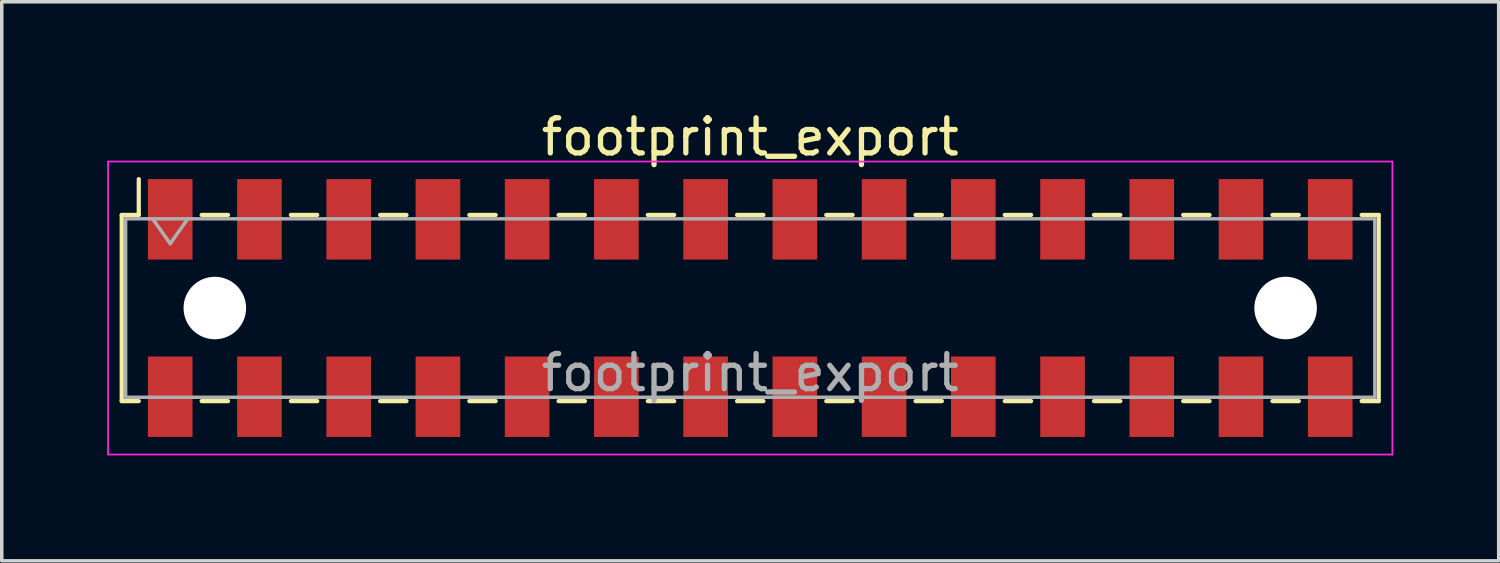
<source format=kicad_pcb>
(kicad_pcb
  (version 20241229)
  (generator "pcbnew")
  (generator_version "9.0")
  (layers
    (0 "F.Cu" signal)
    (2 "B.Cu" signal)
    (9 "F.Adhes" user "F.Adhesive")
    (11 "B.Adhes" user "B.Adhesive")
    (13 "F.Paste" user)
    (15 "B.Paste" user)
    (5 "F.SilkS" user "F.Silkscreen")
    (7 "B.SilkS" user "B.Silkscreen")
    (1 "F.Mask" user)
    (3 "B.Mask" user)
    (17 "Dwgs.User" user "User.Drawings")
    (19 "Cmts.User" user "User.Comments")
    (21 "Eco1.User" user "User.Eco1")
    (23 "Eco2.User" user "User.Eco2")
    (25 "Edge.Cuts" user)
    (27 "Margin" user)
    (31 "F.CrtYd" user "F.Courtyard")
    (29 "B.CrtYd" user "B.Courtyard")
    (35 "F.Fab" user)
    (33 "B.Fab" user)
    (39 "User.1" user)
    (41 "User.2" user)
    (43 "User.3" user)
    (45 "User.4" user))
  (footprint "footprint_export"
    (layer "F.Cu")
    (at 18.305 5.718)
    (property "Reference" "footprint_export" (at 0 -4.87 0) (layer "F.SilkS") (effects (font (size 1 1) (thickness 0.15))))
    (attr smd)
    (fp_line (start -17.89 -2.65) (end -17.89 2.65) (stroke (width 0.12) (type solid)) (layer "F.SilkS"))
    (fp_line (start -17.89 2.65) (end -17.405 2.65) (stroke (width 0.12) (type solid)) (layer "F.SilkS"))
    (fp_line (start -17.405 -3.67) (end -17.405 -2.65) (stroke (width 0.12) (type solid)) (layer "F.SilkS"))
    (fp_line (start -17.405 -2.65) (end -17.89 -2.65) (stroke (width 0.12) (type solid)) (layer "F.SilkS"))
    (fp_line (start -15.615 -2.65) (end -14.865 -2.65) (stroke (width 0.12) (type solid)) (layer "F.SilkS"))
    (fp_line (start -15.615 2.65) (end -14.865 2.65) (stroke (width 0.12) (type solid)) (layer "F.SilkS"))
    (fp_line (start -13.075 -2.65) (end -12.325 -2.65) (stroke (width 0.12) (type solid)) (layer "F.SilkS"))
    (fp_line (start -13.075 2.65) (end -12.325 2.65) (stroke (width 0.12) (type solid)) (layer "F.SilkS"))
    (fp_line (start -10.535 -2.65) (end -9.785 -2.65) (stroke (width 0.12) (type solid)) (layer "F.SilkS"))
    (fp_line (start -10.535 2.65) (end -9.785 2.65) (stroke (width 0.12) (type solid)) (layer "F.SilkS"))
    (fp_line (start -7.995 -2.65) (end -7.245 -2.65) (stroke (width 0.12) (type solid)) (layer "F.SilkS"))
    (fp_line (start -7.995 2.65) (end -7.245 2.65) (stroke (width 0.12) (type solid)) (layer "F.SilkS"))
    (fp_line (start -5.455 -2.65) (end -4.705 -2.65) (stroke (width 0.12) (type solid)) (layer "F.SilkS"))
    (fp_line (start -5.455 2.65) (end -4.705 2.65) (stroke (width 0.12) (type solid)) (layer "F.SilkS"))
    (fp_line (start -2.915 -2.65) (end -2.165 -2.65) (stroke (width 0.12) (type solid)) (layer "F.SilkS"))
    (fp_line (start -2.915 2.65) (end -2.165 2.65) (stroke (width 0.12) (type solid)) (layer "F.SilkS"))
    (fp_line (start -0.375 -2.65) (end 0.375 -2.65) (stroke (width 0.12) (type solid)) (layer "F.SilkS"))
    (fp_line (start -0.375 2.65) (end 0.375 2.65) (stroke (width 0.12) (type solid)) (layer "F.SilkS"))
    (fp_line (start 2.165 -2.65) (end 2.915 -2.65) (stroke (width 0.12) (type solid)) (layer "F.SilkS"))
    (fp_line (start 2.165 2.65) (end 2.915 2.65) (stroke (width 0.12) (type solid)) (layer "F.SilkS"))
    (fp_line (start 4.705 -2.65) (end 5.455 -2.65) (stroke (width 0.12) (type solid)) (layer "F.SilkS"))
    (fp_line (start 4.705 2.65) (end 5.455 2.65) (stroke (width 0.12) (type solid)) (layer "F.SilkS"))
    (fp_line (start 7.245 -2.65) (end 7.995 -2.65) (stroke (width 0.12) (type solid)) (layer "F.SilkS"))
    (fp_line (start 7.245 2.65) (end 7.995 2.65) (stroke (width 0.12) (type solid)) (layer "F.SilkS"))
    (fp_line (start 9.785 -2.65) (end 10.535 -2.65) (stroke (width 0.12) (type solid)) (layer "F.SilkS"))
    (fp_line (start 9.785 2.65) (end 10.535 2.65) (stroke (width 0.12) (type solid)) (layer "F.SilkS"))
    (fp_line (start 12.325 -2.65) (end 13.075 -2.65) (stroke (width 0.12) (type solid)) (layer "F.SilkS"))
    (fp_line (start 12.325 2.65) (end 13.075 2.65) (stroke (width 0.12) (type solid)) (layer "F.SilkS"))
    (fp_line (start 14.865 -2.65) (end 15.615 -2.65) (stroke (width 0.12) (type solid)) (layer "F.SilkS"))
    (fp_line (start 14.865 2.65) (end 15.615 2.65) (stroke (width 0.12) (type solid)) (layer "F.SilkS"))
    (fp_line (start 17.405 -2.65) (end 17.89 -2.65) (stroke (width 0.12) (type solid)) (layer "F.SilkS"))
    (fp_line (start 17.89 -2.65) (end 17.89 2.65) (stroke (width 0.12) (type solid)) (layer "F.SilkS"))
    (fp_line (start 17.89 2.65) (end 17.405 2.65) (stroke (width 0.12) (type solid)) (layer "F.SilkS"))
    (fp_line (start -18.28 -4.17) (end 18.28 -4.17) (stroke (width 0.05) (type solid)) (layer "F.CrtYd"))
    (fp_line (start -18.28 4.17) (end -18.28 -4.17) (stroke (width 0.05) (type solid)) (layer "F.CrtYd"))
    (fp_line (start 18.28 -4.17) (end 18.28 4.17) (stroke (width 0.05) (type solid)) (layer "F.CrtYd"))
    (fp_line (start 18.28 4.17) (end -18.28 4.17) (stroke (width 0.05) (type solid)) (layer "F.CrtYd"))
    (fp_line (start -17.78 -2.54) (end 17.78 -2.54) (stroke (width 0.1) (type solid)) (layer "F.Fab"))
    (fp_line (start -17.78 2.54) (end -17.78 -2.54) (stroke (width 0.1) (type solid)) (layer "F.Fab"))
    (fp_line (start -17.01 -2.54) (end -16.51 -1.833) (stroke (width 0.1) (type solid)) (layer "F.Fab"))
    (fp_line (start -16.51 -1.833) (end -16.01 -2.54) (stroke (width 0.1) (type solid)) (layer "F.Fab"))
    (fp_line (start 17.78 -2.54) (end 17.78 2.54) (stroke (width 0.1) (type solid)) (layer "F.Fab"))
    (fp_line (start 17.78 2.54) (end -17.78 2.54) (stroke (width 0.1) (type solid)) (layer "F.Fab"))
    (fp_text user "${REFERENCE}" (at 0 1.84 0) (layer "F.Fab") (effects (font (size 1 1) (thickness 0.15))))
    (pad "" np_thru_hole circle (at -15.24 0) (size 1.78 1.78) (drill 1.78) (layers "*.Cu" "*.Mask"))
    (pad "" np_thru_hole circle (at 15.24 0) (size 1.78 1.78) (drill 1.78) (layers "*.Cu" "*.Mask"))
    (pad "1" smd rect (at -16.51 -2.525) (size 1.27 2.29) (layers "F.Cu" "F.Mask" "F.Paste"))
    (pad "2" smd rect (at -16.51 2.525) (size 1.27 2.29) (layers "F.Cu" "F.Mask" "F.Paste"))
    (pad "3" smd rect (at -13.97 -2.525) (size 1.27 2.29) (layers "F.Cu" "F.Mask" "F.Paste"))
    (pad "4" smd rect (at -13.97 2.525) (size 1.27 2.29) (layers "F.Cu" "F.Mask" "F.Paste"))
    (pad "5" smd rect (at -11.43 -2.525) (size 1.27 2.29) (layers "F.Cu" "F.Mask" "F.Paste"))
    (pad "6" smd rect (at -11.43 2.525) (size 1.27 2.29) (layers "F.Cu" "F.Mask" "F.Paste"))
    (pad "7" smd rect (at -8.89 -2.525) (size 1.27 2.29) (layers "F.Cu" "F.Mask" "F.Paste"))
    (pad "8" smd rect (at -8.89 2.525) (size 1.27 2.29) (layers "F.Cu" "F.Mask" "F.Paste"))
    (pad "9" smd rect (at -6.35 -2.525) (size 1.27 2.29) (layers "F.Cu" "F.Mask" "F.Paste"))
    (pad "10" smd rect (at -6.35 2.525) (size 1.27 2.29) (layers "F.Cu" "F.Mask" "F.Paste"))
    (pad "11" smd rect (at -3.81 -2.525) (size 1.27 2.29) (layers "F.Cu" "F.Mask" "F.Paste"))
    (pad "12" smd rect (at -3.81 2.525) (size 1.27 2.29) (layers "F.Cu" "F.Mask" "F.Paste"))
    (pad "13" smd rect (at -1.27 -2.525) (size 1.27 2.29) (layers "F.Cu" "F.Mask" "F.Paste"))
    (pad "14" smd rect (at -1.27 2.525) (size 1.27 2.29) (layers "F.Cu" "F.Mask" "F.Paste"))
    (pad "15" smd rect (at 1.27 -2.525) (size 1.27 2.29) (layers "F.Cu" "F.Mask" "F.Paste"))
    (pad "16" smd rect (at 1.27 2.525) (size 1.27 2.29) (layers "F.Cu" "F.Mask" "F.Paste"))
    (pad "17" smd rect (at 3.81 -2.525) (size 1.27 2.29) (layers "F.Cu" "F.Mask" "F.Paste"))
    (pad "18" smd rect (at 3.81 2.525) (size 1.27 2.29) (layers "F.Cu" "F.Mask" "F.Paste"))
    (pad "19" smd rect (at 6.35 -2.525) (size 1.27 2.29) (layers "F.Cu" "F.Mask" "F.Paste"))
    (pad "20" smd rect (at 6.35 2.525) (size 1.27 2.29) (layers "F.Cu" "F.Mask" "F.Paste"))
    (pad "21" smd rect (at 8.89 -2.525) (size 1.27 2.29) (layers "F.Cu" "F.Mask" "F.Paste"))
    (pad "22" smd rect (at 8.89 2.525) (size 1.27 2.29) (layers "F.Cu" "F.Mask" "F.Paste"))
    (pad "23" smd rect (at 11.43 -2.525) (size 1.27 2.29) (layers "F.Cu" "F.Mask" "F.Paste"))
    (pad "24" smd rect (at 11.43 2.525) (size 1.27 2.29) (layers "F.Cu" "F.Mask" "F.Paste"))
    (pad "25" smd rect (at 13.97 -2.525) (size 1.27 2.29) (layers "F.Cu" "F.Mask" "F.Paste"))
    (pad "26" smd rect (at 13.97 2.525) (size 1.27 2.29) (layers "F.Cu" "F.Mask" "F.Paste"))
    (pad "27" smd rect (at 16.51 -2.525) (size 1.27 2.29) (layers "F.Cu" "F.Mask" "F.Paste"))
    (pad "28" smd rect (at 16.51 2.525) (size 1.27 2.29) (layers "F.Cu" "F.Mask" "F.Paste")))
  (gr_rect
    (start -3 -3)
    (end 39.61 12.913)
    (stroke (width 0.1) (type default))
    (fill no)
    (layer "Edge.Cuts")))
</source>
